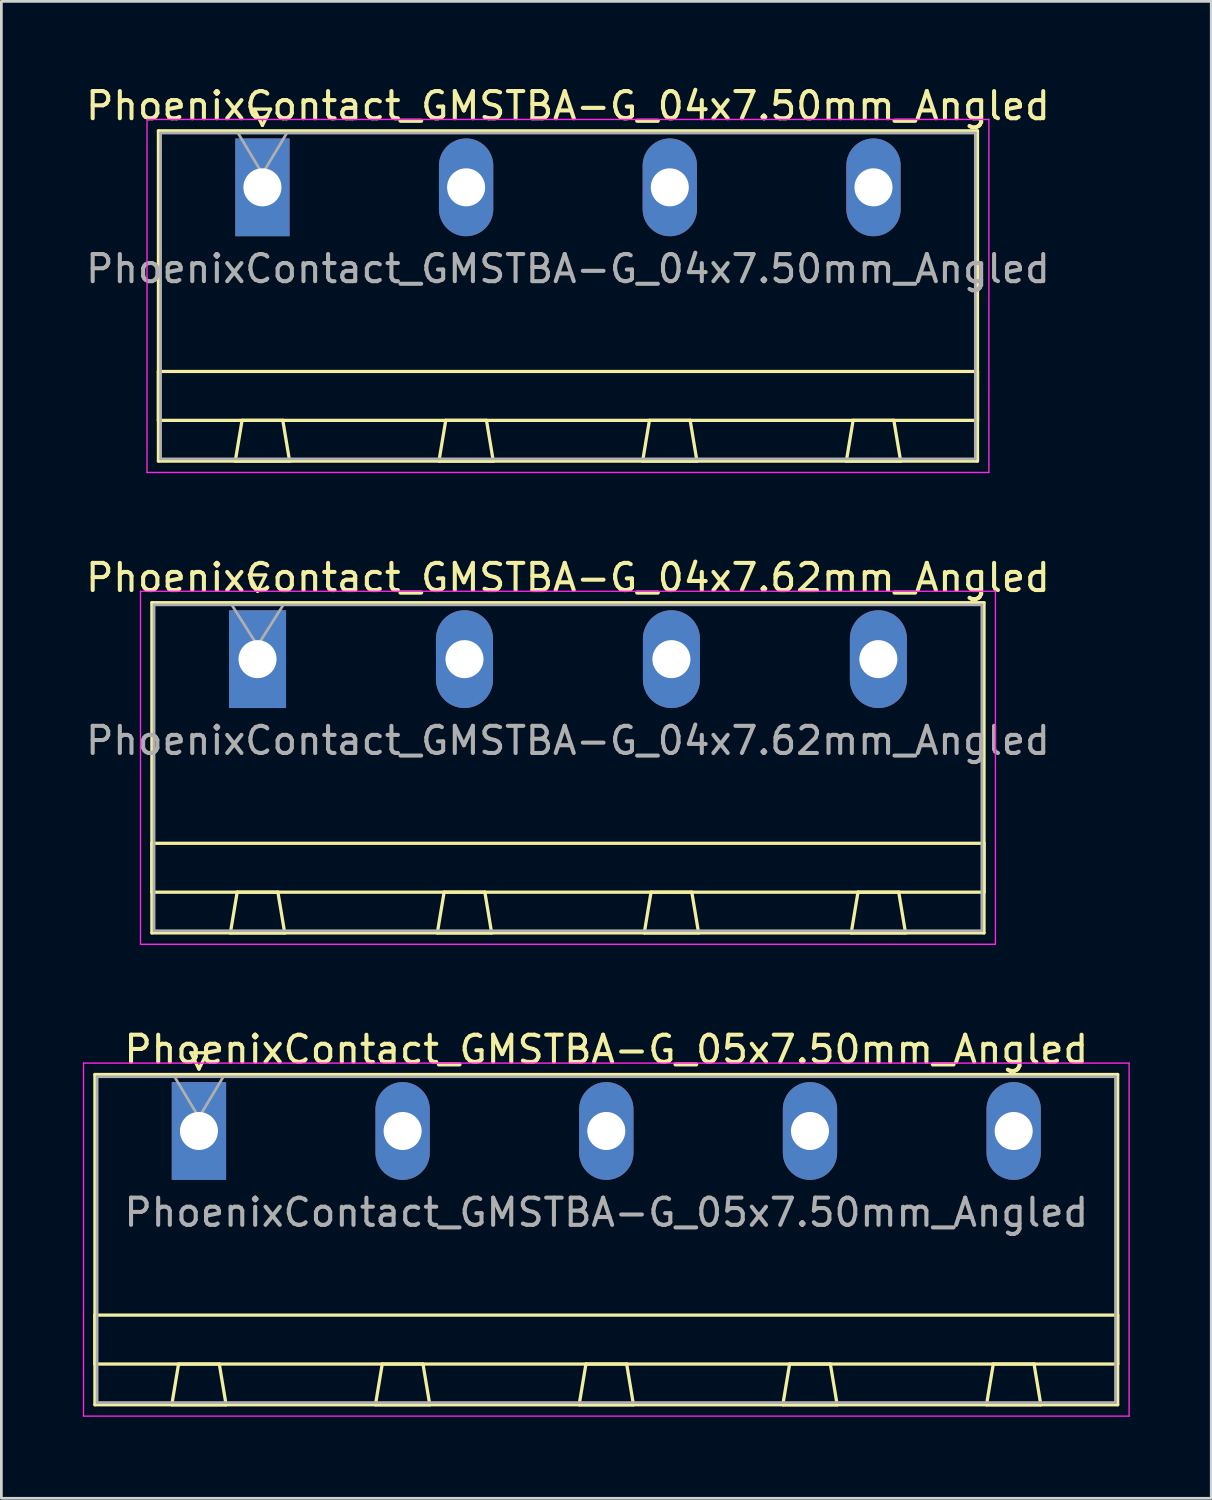
<source format=kicad_pcb>
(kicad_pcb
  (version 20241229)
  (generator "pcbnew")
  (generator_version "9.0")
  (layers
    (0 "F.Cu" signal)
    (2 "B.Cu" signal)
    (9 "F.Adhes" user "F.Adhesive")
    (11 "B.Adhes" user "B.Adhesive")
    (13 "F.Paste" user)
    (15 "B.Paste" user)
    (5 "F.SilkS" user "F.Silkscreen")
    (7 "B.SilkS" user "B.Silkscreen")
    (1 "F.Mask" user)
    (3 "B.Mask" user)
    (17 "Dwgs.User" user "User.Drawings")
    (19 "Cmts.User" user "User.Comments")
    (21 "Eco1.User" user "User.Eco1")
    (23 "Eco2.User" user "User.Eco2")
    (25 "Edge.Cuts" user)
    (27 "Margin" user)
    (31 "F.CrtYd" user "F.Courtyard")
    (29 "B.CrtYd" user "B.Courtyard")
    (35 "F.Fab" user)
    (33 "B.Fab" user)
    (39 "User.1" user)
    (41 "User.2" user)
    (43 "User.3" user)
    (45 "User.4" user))
  (footprint "PhoenixContact_GMSTBA-G_05x7.50mm_Angled"
    (layer "F.Cu")
    (at 4.275 38.595)
    (property "Reference" "PhoenixContact_GMSTBA-G_05x7.50mm_Angled" (at 15 -3 0) (layer "F.SilkS") (effects (font (size 1 1) (thickness 0.15))))
    (attr through_hole)
    (fp_line (start -3.83 -2.08) (end -3.83 10.08) (stroke (width 0.12) (type solid)) (layer "F.SilkS"))
    (fp_line (start -3.83 6.78) (end 33.83 6.78) (stroke (width 0.12) (type solid)) (layer "F.SilkS"))
    (fp_line (start -3.83 8.58) (end -3.83 6.78) (stroke (width 0.12) (type solid)) (layer "F.SilkS"))
    (fp_line (start -3.83 10.08) (end 33.83 10.08) (stroke (width 0.12) (type solid)) (layer "F.SilkS"))
    (fp_line (start -1 10.08) (end 1 10.08) (stroke (width 0.12) (type solid)) (layer "F.SilkS"))
    (fp_line (start -0.75 8.58) (end -1 10.08) (stroke (width 0.12) (type solid)) (layer "F.SilkS"))
    (fp_line (start -0.3 -2.88) (end 0.3 -2.88) (stroke (width 0.12) (type solid)) (layer "F.SilkS"))
    (fp_line (start 0 -2.28) (end -0.3 -2.88) (stroke (width 0.12) (type solid)) (layer "F.SilkS"))
    (fp_line (start 0.3 -2.88) (end 0 -2.28) (stroke (width 0.12) (type solid)) (layer "F.SilkS"))
    (fp_line (start 0.75 8.58) (end -0.75 8.58) (stroke (width 0.12) (type solid)) (layer "F.SilkS"))
    (fp_line (start 1 10.08) (end 0.75 8.58) (stroke (width 0.12) (type solid)) (layer "F.SilkS"))
    (fp_line (start 6.5 10.08) (end 8.5 10.08) (stroke (width 0.12) (type solid)) (layer "F.SilkS"))
    (fp_line (start 6.75 8.58) (end 6.5 10.08) (stroke (width 0.12) (type solid)) (layer "F.SilkS"))
    (fp_line (start 8.25 8.58) (end 6.75 8.58) (stroke (width 0.12) (type solid)) (layer "F.SilkS"))
    (fp_line (start 8.5 10.08) (end 8.25 8.58) (stroke (width 0.12) (type solid)) (layer "F.SilkS"))
    (fp_line (start 14 10.08) (end 16 10.08) (stroke (width 0.12) (type solid)) (layer "F.SilkS"))
    (fp_line (start 14.25 8.58) (end 14 10.08) (stroke (width 0.12) (type solid)) (layer "F.SilkS"))
    (fp_line (start 15.75 8.58) (end 14.25 8.58) (stroke (width 0.12) (type solid)) (layer "F.SilkS"))
    (fp_line (start 16 10.08) (end 15.75 8.58) (stroke (width 0.12) (type solid)) (layer "F.SilkS"))
    (fp_line (start 21.5 10.08) (end 23.5 10.08) (stroke (width 0.12) (type solid)) (layer "F.SilkS"))
    (fp_line (start 21.75 8.58) (end 21.5 10.08) (stroke (width 0.12) (type solid)) (layer "F.SilkS"))
    (fp_line (start 23.25 8.58) (end 21.75 8.58) (stroke (width 0.12) (type solid)) (layer "F.SilkS"))
    (fp_line (start 23.5 10.08) (end 23.25 8.58) (stroke (width 0.12) (type solid)) (layer "F.SilkS"))
    (fp_line (start 29 10.08) (end 31 10.08) (stroke (width 0.12) (type solid)) (layer "F.SilkS"))
    (fp_line (start 29.25 8.58) (end 29 10.08) (stroke (width 0.12) (type solid)) (layer "F.SilkS"))
    (fp_line (start 30.75 8.58) (end 29.25 8.58) (stroke (width 0.12) (type solid)) (layer "F.SilkS"))
    (fp_line (start 31 10.08) (end 30.75 8.58) (stroke (width 0.12) (type solid)) (layer "F.SilkS"))
    (fp_line (start 33.83 -2.08) (end -3.83 -2.08) (stroke (width 0.12) (type solid)) (layer "F.SilkS"))
    (fp_line (start 33.83 6.78) (end 33.83 8.58) (stroke (width 0.12) (type solid)) (layer "F.SilkS"))
    (fp_line (start 33.83 8.58) (end -3.83 8.58) (stroke (width 0.12) (type solid)) (layer "F.SilkS"))
    (fp_line (start 33.83 10.08) (end 33.83 -2.08) (stroke (width 0.12) (type solid)) (layer "F.SilkS"))
    (fp_line (start -4.25 -2.5) (end -4.25 10.5) (stroke (width 0.05) (type solid)) (layer "F.CrtYd"))
    (fp_line (start -4.25 10.5) (end 34.25 10.5) (stroke (width 0.05) (type solid)) (layer "F.CrtYd"))
    (fp_line (start 34.25 -2.5) (end -4.25 -2.5) (stroke (width 0.05) (type solid)) (layer "F.CrtYd"))
    (fp_line (start 34.25 10.5) (end 34.25 -2.5) (stroke (width 0.05) (type solid)) (layer "F.CrtYd"))
    (fp_line (start -3.75 -2) (end -3.75 10) (stroke (width 0.1) (type solid)) (layer "F.Fab"))
    (fp_line (start -3.75 10) (end 33.75 10) (stroke (width 0.1) (type solid)) (layer "F.Fab"))
    (fp_line (start 0 -0.5) (end -0.9 -2) (stroke (width 0.1) (type solid)) (layer "F.Fab"))
    (fp_line (start 0.9 -2) (end 0 -0.5) (stroke (width 0.1) (type solid)) (layer "F.Fab"))
    (fp_line (start 33.75 -2) (end -3.75 -2) (stroke (width 0.1) (type solid)) (layer "F.Fab"))
    (fp_line (start 33.75 10) (end 33.75 -2) (stroke (width 0.1) (type solid)) (layer "F.Fab"))
    (fp_text user "${REFERENCE}" (at 15 3 0) (layer "F.Fab") (effects (font (size 1 1) (thickness 0.15))))
    (pad "1" thru_hole rect (at 0 0) (size 2 3.6) (drill 1.4) (layers "*.Cu" "*.Mask"))
    (pad "2" thru_hole oval (at 7.5 0) (size 2 3.6) (drill 1.4) (layers "*.Cu" "*.Mask"))
    (pad "3" thru_hole oval (at 15 0) (size 2 3.6) (drill 1.4) (layers "*.Cu" "*.Mask"))
    (pad "4" thru_hole oval (at 22.5 0) (size 2 3.6) (drill 1.4) (layers "*.Cu" "*.Mask"))
    (pad "5" thru_hole oval (at 30 0) (size 2 3.6) (drill 1.4) (layers "*.Cu" "*.Mask")))
  (footprint "PhoenixContact_GMSTBA-G_04x7.62mm_Angled"
    (layer "F.Cu")
    (at 6.433 21.221)
    (property "Reference" "PhoenixContact_GMSTBA-G_04x7.62mm_Angled" (at 11.43 -3 0) (layer "F.SilkS") (effects (font (size 1 1) (thickness 0.15))))
    (attr through_hole)
    (fp_line (start -3.89 -2.08) (end -3.89 10.08) (stroke (width 0.12) (type solid)) (layer "F.SilkS"))
    (fp_line (start -3.89 6.78) (end 26.75 6.78) (stroke (width 0.12) (type solid)) (layer "F.SilkS"))
    (fp_line (start -3.89 8.58) (end -3.89 6.78) (stroke (width 0.12) (type solid)) (layer "F.SilkS"))
    (fp_line (start -3.89 10.08) (end 26.75 10.08) (stroke (width 0.12) (type solid)) (layer "F.SilkS"))
    (fp_line (start -1 10.08) (end 1 10.08) (stroke (width 0.12) (type solid)) (layer "F.SilkS"))
    (fp_line (start -0.75 8.58) (end -1 10.08) (stroke (width 0.12) (type solid)) (layer "F.SilkS"))
    (fp_line (start -0.3 -3.1) (end 0.3 -3.1) (stroke (width 0.12) (type solid)) (layer "F.SilkS"))
    (fp_line (start 0 -2.5) (end -0.3 -3.1) (stroke (width 0.12) (type solid)) (layer "F.SilkS"))
    (fp_line (start 0.3 -3.1) (end 0 -2.5) (stroke (width 0.12) (type solid)) (layer "F.SilkS"))
    (fp_line (start 0.75 8.58) (end -0.75 8.58) (stroke (width 0.12) (type solid)) (layer "F.SilkS"))
    (fp_line (start 1 10.08) (end 0.75 8.58) (stroke (width 0.12) (type solid)) (layer "F.SilkS"))
    (fp_line (start 6.62 10.08) (end 8.62 10.08) (stroke (width 0.12) (type solid)) (layer "F.SilkS"))
    (fp_line (start 6.87 8.58) (end 6.62 10.08) (stroke (width 0.12) (type solid)) (layer "F.SilkS"))
    (fp_line (start 8.37 8.58) (end 6.87 8.58) (stroke (width 0.12) (type solid)) (layer "F.SilkS"))
    (fp_line (start 8.62 10.08) (end 8.37 8.58) (stroke (width 0.12) (type solid)) (layer "F.SilkS"))
    (fp_line (start 14.24 10.08) (end 16.24 10.08) (stroke (width 0.12) (type solid)) (layer "F.SilkS"))
    (fp_line (start 14.49 8.58) (end 14.24 10.08) (stroke (width 0.12) (type solid)) (layer "F.SilkS"))
    (fp_line (start 15.99 8.58) (end 14.49 8.58) (stroke (width 0.12) (type solid)) (layer "F.SilkS"))
    (fp_line (start 16.24 10.08) (end 15.99 8.58) (stroke (width 0.12) (type solid)) (layer "F.SilkS"))
    (fp_line (start 21.86 10.08) (end 23.86 10.08) (stroke (width 0.12) (type solid)) (layer "F.SilkS"))
    (fp_line (start 22.11 8.58) (end 21.86 10.08) (stroke (width 0.12) (type solid)) (layer "F.SilkS"))
    (fp_line (start 23.61 8.58) (end 22.11 8.58) (stroke (width 0.12) (type solid)) (layer "F.SilkS"))
    (fp_line (start 23.86 10.08) (end 23.61 8.58) (stroke (width 0.12) (type solid)) (layer "F.SilkS"))
    (fp_line (start 26.75 -2.08) (end -3.89 -2.08) (stroke (width 0.12) (type solid)) (layer "F.SilkS"))
    (fp_line (start 26.75 6.78) (end 26.75 8.58) (stroke (width 0.12) (type solid)) (layer "F.SilkS"))
    (fp_line (start 26.75 8.58) (end -3.89 8.58) (stroke (width 0.12) (type solid)) (layer "F.SilkS"))
    (fp_line (start 26.75 10.08) (end 26.75 -2.08) (stroke (width 0.12) (type solid)) (layer "F.SilkS"))
    (fp_line (start -4.31 -2.5) (end -4.31 10.5) (stroke (width 0.05) (type solid)) (layer "F.CrtYd"))
    (fp_line (start -4.31 10.5) (end 27.17 10.5) (stroke (width 0.05) (type solid)) (layer "F.CrtYd"))
    (fp_line (start 27.17 -2.5) (end -4.31 -2.5) (stroke (width 0.05) (type solid)) (layer "F.CrtYd"))
    (fp_line (start 27.17 10.5) (end 27.17 -2.5) (stroke (width 0.05) (type solid)) (layer "F.CrtYd"))
    (fp_line (start -3.81 -2) (end -3.81 10) (stroke (width 0.1) (type solid)) (layer "F.Fab"))
    (fp_line (start -3.81 10) (end 26.67 10) (stroke (width 0.1) (type solid)) (layer "F.Fab"))
    (fp_line (start 0 -0.5) (end -0.95 -2) (stroke (width 0.1) (type solid)) (layer "F.Fab"))
    (fp_line (start 0.95 -2) (end 0 -0.5) (stroke (width 0.1) (type solid)) (layer "F.Fab"))
    (fp_line (start 26.67 -2) (end -3.81 -2) (stroke (width 0.1) (type solid)) (layer "F.Fab"))
    (fp_line (start 26.67 10) (end 26.67 -2) (stroke (width 0.1) (type solid)) (layer "F.Fab"))
    (fp_text user "${REFERENCE}" (at 11.43 3 0) (layer "F.Fab") (effects (font (size 1 1) (thickness 0.15))))
    (pad "1" thru_hole rect (at 0 0) (size 2.1 3.6) (drill 1.4) (layers "*.Cu" "*.Mask"))
    (pad "2" thru_hole oval (at 7.62 0) (size 2.1 3.6) (drill 1.4) (layers "*.Cu" "*.Mask"))
    (pad "3" thru_hole oval (at 15.24 0) (size 2.1 3.6) (drill 1.4) (layers "*.Cu" "*.Mask"))
    (pad "4" thru_hole oval (at 22.86 0) (size 2.1 3.6) (drill 1.4) (layers "*.Cu" "*.Mask")))
  (footprint "PhoenixContact_GMSTBA-G_04x7.50mm_Angled"
    (layer "F.Cu")
    (at 6.613 3.848)
    (property "Reference" "PhoenixContact_GMSTBA-G_04x7.50mm_Angled" (at 11.25 -3 0) (layer "F.SilkS") (effects (font (size 1 1) (thickness 0.15))))
    (attr through_hole)
    (fp_line (start -3.83 -2.08) (end -3.83 10.08) (stroke (width 0.12) (type solid)) (layer "F.SilkS"))
    (fp_line (start -3.83 6.78) (end 26.33 6.78) (stroke (width 0.12) (type solid)) (layer "F.SilkS"))
    (fp_line (start -3.83 8.58) (end -3.83 6.78) (stroke (width 0.12) (type solid)) (layer "F.SilkS"))
    (fp_line (start -3.83 10.08) (end 26.33 10.08) (stroke (width 0.12) (type solid)) (layer "F.SilkS"))
    (fp_line (start -1 10.08) (end 1 10.08) (stroke (width 0.12) (type solid)) (layer "F.SilkS"))
    (fp_line (start -0.75 8.58) (end -1 10.08) (stroke (width 0.12) (type solid)) (layer "F.SilkS"))
    (fp_line (start -0.3 -2.88) (end 0.3 -2.88) (stroke (width 0.12) (type solid)) (layer "F.SilkS"))
    (fp_line (start 0 -2.28) (end -0.3 -2.88) (stroke (width 0.12) (type solid)) (layer "F.SilkS"))
    (fp_line (start 0.3 -2.88) (end 0 -2.28) (stroke (width 0.12) (type solid)) (layer "F.SilkS"))
    (fp_line (start 0.75 8.58) (end -0.75 8.58) (stroke (width 0.12) (type solid)) (layer "F.SilkS"))
    (fp_line (start 1 10.08) (end 0.75 8.58) (stroke (width 0.12) (type solid)) (layer "F.SilkS"))
    (fp_line (start 6.5 10.08) (end 8.5 10.08) (stroke (width 0.12) (type solid)) (layer "F.SilkS"))
    (fp_line (start 6.75 8.58) (end 6.5 10.08) (stroke (width 0.12) (type solid)) (layer "F.SilkS"))
    (fp_line (start 8.25 8.58) (end 6.75 8.58) (stroke (width 0.12) (type solid)) (layer "F.SilkS"))
    (fp_line (start 8.5 10.08) (end 8.25 8.58) (stroke (width 0.12) (type solid)) (layer "F.SilkS"))
    (fp_line (start 14 10.08) (end 16 10.08) (stroke (width 0.12) (type solid)) (layer "F.SilkS"))
    (fp_line (start 14.25 8.58) (end 14 10.08) (stroke (width 0.12) (type solid)) (layer "F.SilkS"))
    (fp_line (start 15.75 8.58) (end 14.25 8.58) (stroke (width 0.12) (type solid)) (layer "F.SilkS"))
    (fp_line (start 16 10.08) (end 15.75 8.58) (stroke (width 0.12) (type solid)) (layer "F.SilkS"))
    (fp_line (start 21.5 10.08) (end 23.5 10.08) (stroke (width 0.12) (type solid)) (layer "F.SilkS"))
    (fp_line (start 21.75 8.58) (end 21.5 10.08) (stroke (width 0.12) (type solid)) (layer "F.SilkS"))
    (fp_line (start 23.25 8.58) (end 21.75 8.58) (stroke (width 0.12) (type solid)) (layer "F.SilkS"))
    (fp_line (start 23.5 10.08) (end 23.25 8.58) (stroke (width 0.12) (type solid)) (layer "F.SilkS"))
    (fp_line (start 26.33 -2.08) (end -3.83 -2.08) (stroke (width 0.12) (type solid)) (layer "F.SilkS"))
    (fp_line (start 26.33 6.78) (end 26.33 8.58) (stroke (width 0.12) (type solid)) (layer "F.SilkS"))
    (fp_line (start 26.33 8.58) (end -3.83 8.58) (stroke (width 0.12) (type solid)) (layer "F.SilkS"))
    (fp_line (start 26.33 10.08) (end 26.33 -2.08) (stroke (width 0.12) (type solid)) (layer "F.SilkS"))
    (fp_line (start -4.25 -2.5) (end -4.25 10.5) (stroke (width 0.05) (type solid)) (layer "F.CrtYd"))
    (fp_line (start -4.25 10.5) (end 26.75 10.5) (stroke (width 0.05) (type solid)) (layer "F.CrtYd"))
    (fp_line (start 26.75 -2.5) (end -4.25 -2.5) (stroke (width 0.05) (type solid)) (layer "F.CrtYd"))
    (fp_line (start 26.75 10.5) (end 26.75 -2.5) (stroke (width 0.05) (type solid)) (layer "F.CrtYd"))
    (fp_line (start -3.75 -2) (end -3.75 10) (stroke (width 0.1) (type solid)) (layer "F.Fab"))
    (fp_line (start -3.75 10) (end 26.25 10) (stroke (width 0.1) (type solid)) (layer "F.Fab"))
    (fp_line (start 0 -0.5) (end -0.9 -2) (stroke (width 0.1) (type solid)) (layer "F.Fab"))
    (fp_line (start 0.9 -2) (end 0 -0.5) (stroke (width 0.1) (type solid)) (layer "F.Fab"))
    (fp_line (start 26.25 -2) (end -3.75 -2) (stroke (width 0.1) (type solid)) (layer "F.Fab"))
    (fp_line (start 26.25 10) (end 26.25 -2) (stroke (width 0.1) (type solid)) (layer "F.Fab"))
    (fp_text user "${REFERENCE}" (at 11.25 3 0) (layer "F.Fab") (effects (font (size 1 1) (thickness 0.15))))
    (pad "1" thru_hole rect (at 0 0) (size 2 3.6) (drill 1.4) (layers "*.Cu" "*.Mask"))
    (pad "2" thru_hole oval (at 7.5 0) (size 2 3.6) (drill 1.4) (layers "*.Cu" "*.Mask"))
    (pad "3" thru_hole oval (at 15 0) (size 2 3.6) (drill 1.4) (layers "*.Cu" "*.Mask"))
    (pad "4" thru_hole oval (at 22.5 0) (size 2 3.6) (drill 1.4) (layers "*.Cu" "*.Mask")))
  (gr_rect
    (start -3 -3)
    (end 41.55 52.12)
    (stroke (width 0.1) (type default))
    (fill no)
    (layer "Edge.Cuts")))
</source>
